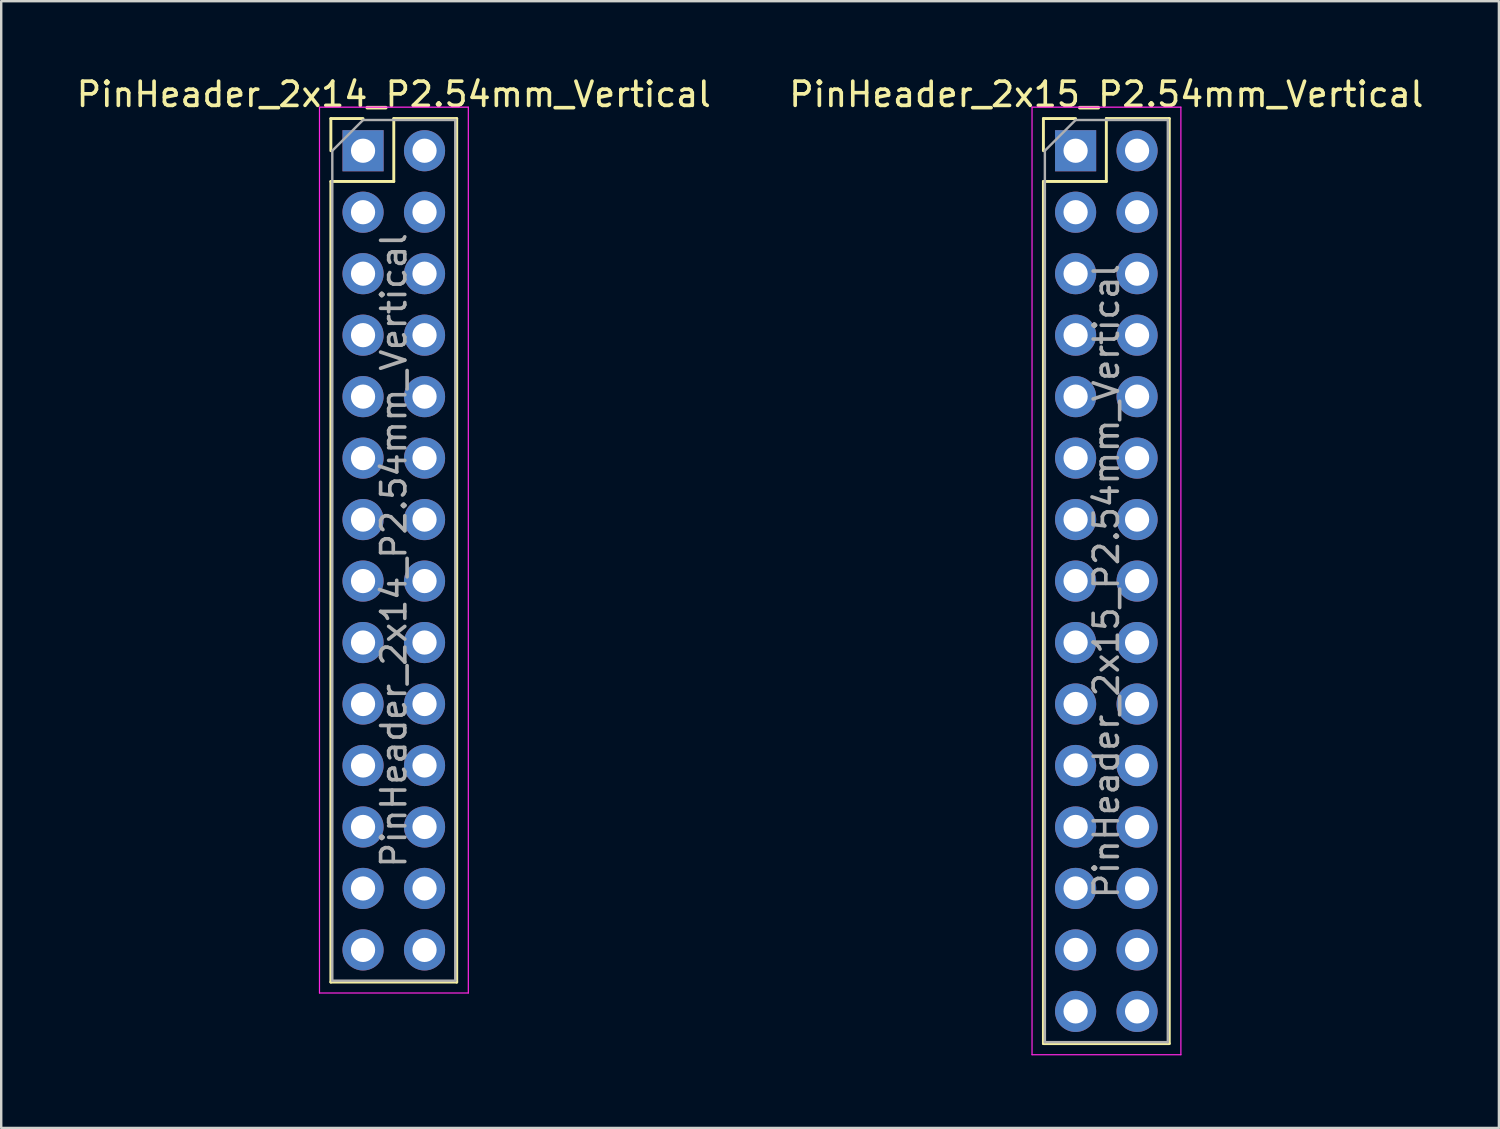
<source format=kicad_pcb>
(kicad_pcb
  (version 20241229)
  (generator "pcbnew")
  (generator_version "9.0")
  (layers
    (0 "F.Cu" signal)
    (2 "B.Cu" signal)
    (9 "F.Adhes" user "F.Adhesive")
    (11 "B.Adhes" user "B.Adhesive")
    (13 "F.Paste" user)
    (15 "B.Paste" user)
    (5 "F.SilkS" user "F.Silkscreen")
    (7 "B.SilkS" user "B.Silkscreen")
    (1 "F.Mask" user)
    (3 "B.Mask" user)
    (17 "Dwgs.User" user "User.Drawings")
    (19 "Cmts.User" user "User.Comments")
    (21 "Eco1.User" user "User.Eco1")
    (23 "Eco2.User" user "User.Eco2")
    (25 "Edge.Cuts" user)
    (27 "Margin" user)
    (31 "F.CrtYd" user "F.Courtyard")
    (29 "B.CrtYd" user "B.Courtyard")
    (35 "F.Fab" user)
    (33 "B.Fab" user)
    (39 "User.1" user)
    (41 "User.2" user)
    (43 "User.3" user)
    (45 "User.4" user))
  (footprint "PinHeader_2x14_P2.54mm_Vertical"
    (layer "F.Cu")
    (at 11.95 3.178)
    (property "Reference" "PinHeader_2x14_P2.54mm_Vertical" (at 1.27 -2.33 0) (layer "F.SilkS") (effects (font (size 1 1) (thickness 0.15))))
    (attr through_hole)
    (fp_line (start -1.33 -1.33) (end 0 -1.33) (stroke (width 0.12) (type solid)) (layer "F.SilkS"))
    (fp_line (start -1.33 0) (end -1.33 -1.33) (stroke (width 0.12) (type solid)) (layer "F.SilkS"))
    (fp_line (start -1.33 1.27) (end -1.33 34.35) (stroke (width 0.12) (type solid)) (layer "F.SilkS"))
    (fp_line (start -1.33 1.27) (end 1.27 1.27) (stroke (width 0.12) (type solid)) (layer "F.SilkS"))
    (fp_line (start -1.33 34.35) (end 3.87 34.35) (stroke (width 0.12) (type solid)) (layer "F.SilkS"))
    (fp_line (start 1.27 -1.33) (end 3.87 -1.33) (stroke (width 0.12) (type solid)) (layer "F.SilkS"))
    (fp_line (start 1.27 1.27) (end 1.27 -1.33) (stroke (width 0.12) (type solid)) (layer "F.SilkS"))
    (fp_line (start 3.87 -1.33) (end 3.87 34.35) (stroke (width 0.12) (type solid)) (layer "F.SilkS"))
    (fp_line (start -1.8 -1.8) (end -1.8 34.8) (stroke (width 0.05) (type solid)) (layer "F.CrtYd"))
    (fp_line (start -1.8 34.8) (end 4.35 34.8) (stroke (width 0.05) (type solid)) (layer "F.CrtYd"))
    (fp_line (start 4.35 -1.8) (end -1.8 -1.8) (stroke (width 0.05) (type solid)) (layer "F.CrtYd"))
    (fp_line (start 4.35 34.8) (end 4.35 -1.8) (stroke (width 0.05) (type solid)) (layer "F.CrtYd"))
    (fp_line (start -1.27 0) (end 0 -1.27) (stroke (width 0.1) (type solid)) (layer "F.Fab"))
    (fp_line (start -1.27 34.29) (end -1.27 0) (stroke (width 0.1) (type solid)) (layer "F.Fab"))
    (fp_line (start 0 -1.27) (end 3.81 -1.27) (stroke (width 0.1) (type solid)) (layer "F.Fab"))
    (fp_line (start 3.81 -1.27) (end 3.81 34.29) (stroke (width 0.1) (type solid)) (layer "F.Fab"))
    (fp_line (start 3.81 34.29) (end -1.27 34.29) (stroke (width 0.1) (type solid)) (layer "F.Fab"))
    (fp_text user "${REFERENCE}" (at 1.27 16.51 90) (layer "F.Fab") (effects (font (size 1 1) (thickness 0.15))))
    (pad "1" thru_hole rect (at 0 0) (size 1.7 1.7) (drill 1) (layers "*.Cu" "*.Mask"))
    (pad "2" thru_hole oval (at 2.54 0) (size 1.7 1.7) (drill 1) (layers "*.Cu" "*.Mask"))
    (pad "3" thru_hole oval (at 0 2.54) (size 1.7 1.7) (drill 1) (layers "*.Cu" "*.Mask"))
    (pad "4" thru_hole oval (at 2.54 2.54) (size 1.7 1.7) (drill 1) (layers "*.Cu" "*.Mask"))
    (pad "5" thru_hole oval (at 0 5.08) (size 1.7 1.7) (drill 1) (layers "*.Cu" "*.Mask"))
    (pad "6" thru_hole oval (at 2.54 5.08) (size 1.7 1.7) (drill 1) (layers "*.Cu" "*.Mask"))
    (pad "7" thru_hole oval (at 0 7.62) (size 1.7 1.7) (drill 1) (layers "*.Cu" "*.Mask"))
    (pad "8" thru_hole oval (at 2.54 7.62) (size 1.7 1.7) (drill 1) (layers "*.Cu" "*.Mask"))
    (pad "9" thru_hole oval (at 0 10.16) (size 1.7 1.7) (drill 1) (layers "*.Cu" "*.Mask"))
    (pad "10" thru_hole oval (at 2.54 10.16) (size 1.7 1.7) (drill 1) (layers "*.Cu" "*.Mask"))
    (pad "11" thru_hole oval (at 0 12.7) (size 1.7 1.7) (drill 1) (layers "*.Cu" "*.Mask"))
    (pad "12" thru_hole oval (at 2.54 12.7) (size 1.7 1.7) (drill 1) (layers "*.Cu" "*.Mask"))
    (pad "13" thru_hole oval (at 0 15.24) (size 1.7 1.7) (drill 1) (layers "*.Cu" "*.Mask"))
    (pad "14" thru_hole oval (at 2.54 15.24) (size 1.7 1.7) (drill 1) (layers "*.Cu" "*.Mask"))
    (pad "15" thru_hole oval (at 0 17.78) (size 1.7 1.7) (drill 1) (layers "*.Cu" "*.Mask"))
    (pad "16" thru_hole oval (at 2.54 17.78) (size 1.7 1.7) (drill 1) (layers "*.Cu" "*.Mask"))
    (pad "17" thru_hole oval (at 0 20.32) (size 1.7 1.7) (drill 1) (layers "*.Cu" "*.Mask"))
    (pad "18" thru_hole oval (at 2.54 20.32) (size 1.7 1.7) (drill 1) (layers "*.Cu" "*.Mask"))
    (pad "19" thru_hole oval (at 0 22.86) (size 1.7 1.7) (drill 1) (layers "*.Cu" "*.Mask"))
    (pad "20" thru_hole oval (at 2.54 22.86) (size 1.7 1.7) (drill 1) (layers "*.Cu" "*.Mask"))
    (pad "21" thru_hole oval (at 0 25.4) (size 1.7 1.7) (drill 1) (layers "*.Cu" "*.Mask"))
    (pad "22" thru_hole oval (at 2.54 25.4) (size 1.7 1.7) (drill 1) (layers "*.Cu" "*.Mask"))
    (pad "23" thru_hole oval (at 0 27.94) (size 1.7 1.7) (drill 1) (layers "*.Cu" "*.Mask"))
    (pad "24" thru_hole oval (at 2.54 27.94) (size 1.7 1.7) (drill 1) (layers "*.Cu" "*.Mask"))
    (pad "25" thru_hole oval (at 0 30.48) (size 1.7 1.7) (drill 1) (layers "*.Cu" "*.Mask"))
    (pad "26" thru_hole oval (at 2.54 30.48) (size 1.7 1.7) (drill 1) (layers "*.Cu" "*.Mask"))
    (pad "27" thru_hole oval (at 0 33.02) (size 1.7 1.7) (drill 1) (layers "*.Cu" "*.Mask"))
    (pad "28" thru_hole oval (at 2.54 33.02) (size 1.7 1.7) (drill 1) (layers "*.Cu" "*.Mask")))
  (footprint "PinHeader_2x15_P2.54mm_Vertical"
    (layer "F.Cu")
    (at 41.391 3.178)
    (property "Reference" "PinHeader_2x15_P2.54mm_Vertical" (at 1.27 -2.33 0) (layer "F.SilkS") (effects (font (size 1 1) (thickness 0.15))))
    (attr through_hole)
    (fp_line (start -1.33 -1.33) (end 0 -1.33) (stroke (width 0.12) (type solid)) (layer "F.SilkS"))
    (fp_line (start -1.33 0) (end -1.33 -1.33) (stroke (width 0.12) (type solid)) (layer "F.SilkS"))
    (fp_line (start -1.33 1.27) (end -1.33 36.89) (stroke (width 0.12) (type solid)) (layer "F.SilkS"))
    (fp_line (start -1.33 1.27) (end 1.27 1.27) (stroke (width 0.12) (type solid)) (layer "F.SilkS"))
    (fp_line (start -1.33 36.89) (end 3.87 36.89) (stroke (width 0.12) (type solid)) (layer "F.SilkS"))
    (fp_line (start 1.27 -1.33) (end 3.87 -1.33) (stroke (width 0.12) (type solid)) (layer "F.SilkS"))
    (fp_line (start 1.27 1.27) (end 1.27 -1.33) (stroke (width 0.12) (type solid)) (layer "F.SilkS"))
    (fp_line (start 3.87 -1.33) (end 3.87 36.89) (stroke (width 0.12) (type solid)) (layer "F.SilkS"))
    (fp_line (start -1.8 -1.8) (end -1.8 37.35) (stroke (width 0.05) (type solid)) (layer "F.CrtYd"))
    (fp_line (start -1.8 37.35) (end 4.35 37.35) (stroke (width 0.05) (type solid)) (layer "F.CrtYd"))
    (fp_line (start 4.35 -1.8) (end -1.8 -1.8) (stroke (width 0.05) (type solid)) (layer "F.CrtYd"))
    (fp_line (start 4.35 37.35) (end 4.35 -1.8) (stroke (width 0.05) (type solid)) (layer "F.CrtYd"))
    (fp_line (start -1.27 0) (end 0 -1.27) (stroke (width 0.1) (type solid)) (layer "F.Fab"))
    (fp_line (start -1.27 36.83) (end -1.27 0) (stroke (width 0.1) (type solid)) (layer "F.Fab"))
    (fp_line (start 0 -1.27) (end 3.81 -1.27) (stroke (width 0.1) (type solid)) (layer "F.Fab"))
    (fp_line (start 3.81 -1.27) (end 3.81 36.83) (stroke (width 0.1) (type solid)) (layer "F.Fab"))
    (fp_line (start 3.81 36.83) (end -1.27 36.83) (stroke (width 0.1) (type solid)) (layer "F.Fab"))
    (fp_text user "${REFERENCE}" (at 1.27 17.78 90) (layer "F.Fab") (effects (font (size 1 1) (thickness 0.15))))
    (pad "1" thru_hole rect (at 0 0) (size 1.7 1.7) (drill 1) (layers "*.Cu" "*.Mask"))
    (pad "2" thru_hole oval (at 2.54 0) (size 1.7 1.7) (drill 1) (layers "*.Cu" "*.Mask"))
    (pad "3" thru_hole oval (at 0 2.54) (size 1.7 1.7) (drill 1) (layers "*.Cu" "*.Mask"))
    (pad "4" thru_hole oval (at 2.54 2.54) (size 1.7 1.7) (drill 1) (layers "*.Cu" "*.Mask"))
    (pad "5" thru_hole oval (at 0 5.08) (size 1.7 1.7) (drill 1) (layers "*.Cu" "*.Mask"))
    (pad "6" thru_hole oval (at 2.54 5.08) (size 1.7 1.7) (drill 1) (layers "*.Cu" "*.Mask"))
    (pad "7" thru_hole oval (at 0 7.62) (size 1.7 1.7) (drill 1) (layers "*.Cu" "*.Mask"))
    (pad "8" thru_hole oval (at 2.54 7.62) (size 1.7 1.7) (drill 1) (layers "*.Cu" "*.Mask"))
    (pad "9" thru_hole oval (at 0 10.16) (size 1.7 1.7) (drill 1) (layers "*.Cu" "*.Mask"))
    (pad "10" thru_hole oval (at 2.54 10.16) (size 1.7 1.7) (drill 1) (layers "*.Cu" "*.Mask"))
    (pad "11" thru_hole oval (at 0 12.7) (size 1.7 1.7) (drill 1) (layers "*.Cu" "*.Mask"))
    (pad "12" thru_hole oval (at 2.54 12.7) (size 1.7 1.7) (drill 1) (layers "*.Cu" "*.Mask"))
    (pad "13" thru_hole oval (at 0 15.24) (size 1.7 1.7) (drill 1) (layers "*.Cu" "*.Mask"))
    (pad "14" thru_hole oval (at 2.54 15.24) (size 1.7 1.7) (drill 1) (layers "*.Cu" "*.Mask"))
    (pad "15" thru_hole oval (at 0 17.78) (size 1.7 1.7) (drill 1) (layers "*.Cu" "*.Mask"))
    (pad "16" thru_hole oval (at 2.54 17.78) (size 1.7 1.7) (drill 1) (layers "*.Cu" "*.Mask"))
    (pad "17" thru_hole oval (at 0 20.32) (size 1.7 1.7) (drill 1) (layers "*.Cu" "*.Mask"))
    (pad "18" thru_hole oval (at 2.54 20.32) (size 1.7 1.7) (drill 1) (layers "*.Cu" "*.Mask"))
    (pad "19" thru_hole oval (at 0 22.86) (size 1.7 1.7) (drill 1) (layers "*.Cu" "*.Mask"))
    (pad "20" thru_hole oval (at 2.54 22.86) (size 1.7 1.7) (drill 1) (layers "*.Cu" "*.Mask"))
    (pad "21" thru_hole oval (at 0 25.4) (size 1.7 1.7) (drill 1) (layers "*.Cu" "*.Mask"))
    (pad "22" thru_hole oval (at 2.54 25.4) (size 1.7 1.7) (drill 1) (layers "*.Cu" "*.Mask"))
    (pad "23" thru_hole oval (at 0 27.94) (size 1.7 1.7) (drill 1) (layers "*.Cu" "*.Mask"))
    (pad "24" thru_hole oval (at 2.54 27.94) (size 1.7 1.7) (drill 1) (layers "*.Cu" "*.Mask"))
    (pad "25" thru_hole oval (at 0 30.48) (size 1.7 1.7) (drill 1) (layers "*.Cu" "*.Mask"))
    (pad "26" thru_hole oval (at 2.54 30.48) (size 1.7 1.7) (drill 1) (layers "*.Cu" "*.Mask"))
    (pad "27" thru_hole oval (at 0 33.02) (size 1.7 1.7) (drill 1) (layers "*.Cu" "*.Mask"))
    (pad "28" thru_hole oval (at 2.54 33.02) (size 1.7 1.7) (drill 1) (layers "*.Cu" "*.Mask"))
    (pad "29" thru_hole oval (at 0 35.56) (size 1.7 1.7) (drill 1) (layers "*.Cu" "*.Mask"))
    (pad "30" thru_hole oval (at 2.54 35.56) (size 1.7 1.7) (drill 1) (layers "*.Cu" "*.Mask")))
  (gr_rect
    (start -3 -3)
    (end 58.881 43.553)
    (stroke (width 0.1) (type default))
    (fill no)
    (layer "Edge.Cuts")))
</source>
